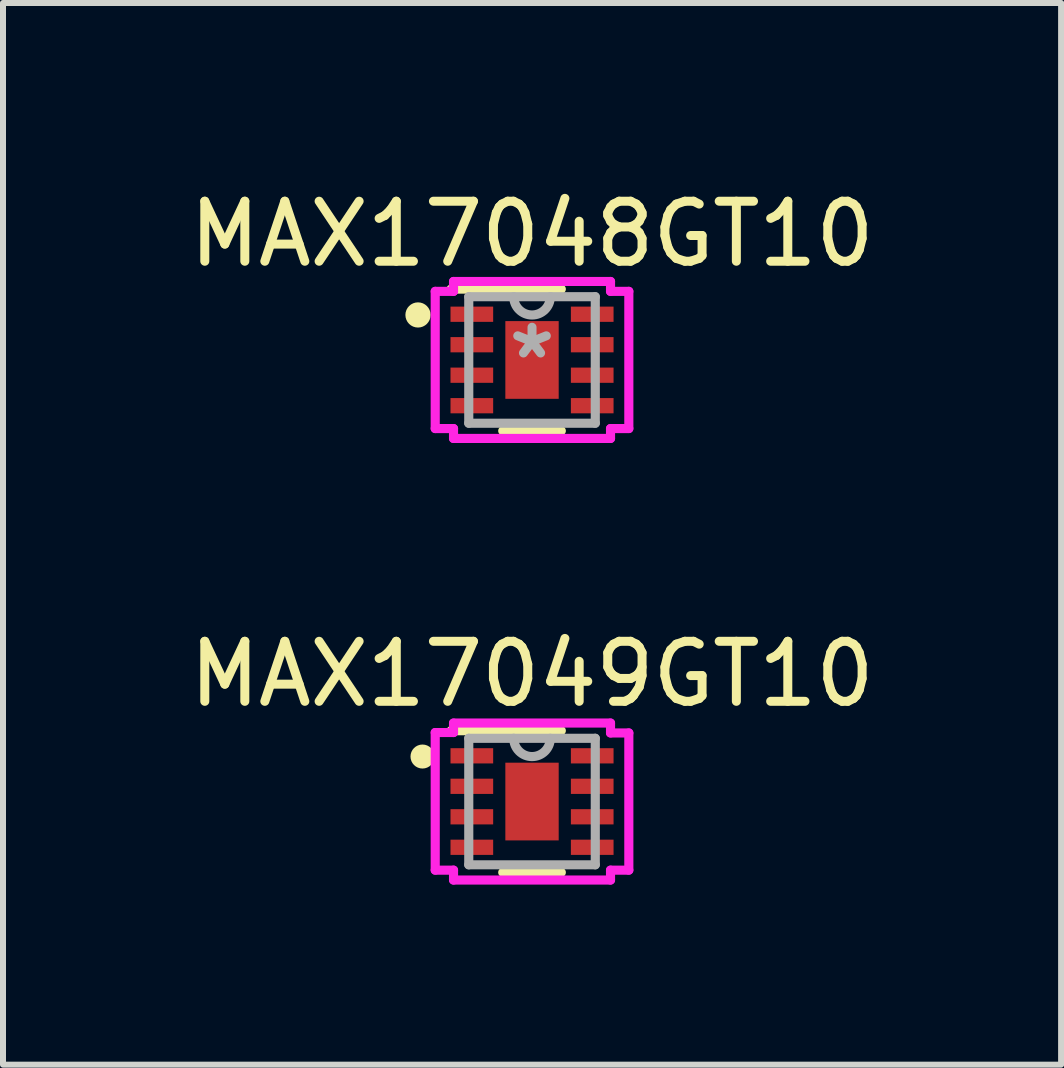
<source format=kicad_pcb>
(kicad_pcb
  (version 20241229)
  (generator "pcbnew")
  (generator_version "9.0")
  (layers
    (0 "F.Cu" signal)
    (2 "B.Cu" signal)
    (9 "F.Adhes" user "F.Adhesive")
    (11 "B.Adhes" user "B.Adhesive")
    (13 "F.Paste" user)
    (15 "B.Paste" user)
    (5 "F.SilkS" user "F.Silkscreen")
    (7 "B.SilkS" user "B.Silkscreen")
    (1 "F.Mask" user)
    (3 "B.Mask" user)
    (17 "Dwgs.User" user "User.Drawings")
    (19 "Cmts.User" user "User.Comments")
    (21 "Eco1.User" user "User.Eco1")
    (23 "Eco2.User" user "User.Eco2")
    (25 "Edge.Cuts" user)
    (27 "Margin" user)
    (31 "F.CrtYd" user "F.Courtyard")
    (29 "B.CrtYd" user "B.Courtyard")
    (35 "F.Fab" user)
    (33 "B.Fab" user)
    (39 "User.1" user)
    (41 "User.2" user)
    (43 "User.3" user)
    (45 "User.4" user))
  (footprint "MAX17048GT10"
    (layer "F.Cu")
    (at 5.815 2.948)
    (property "Reference" "MAX17048GT10" (at 0 -2.1 0) (layer "F.SilkS") (effects (font (size 1 1) (thickness 0.15))))
    (attr through_hole)
    (fp_line (start -0.488 1.181) (end 0.488 1.181) (stroke (width 0.152) (type solid)) (layer "F.SilkS"))
    (fp_line (start 0.488 -1.181) (end -1.35 -1.181) (stroke (width 0.152) (type solid)) (layer "F.SilkS"))
    (fp_circle (center -1.9 -0.75) (end -1.75 -0.75) (stroke (width 0.12) (type solid)) (fill yes) (layer "F.SilkS"))
    (fp_line (start -1.613 -1.143) (end -1.308 -1.143) (stroke (width 0.152) (type solid)) (layer "F.CrtYd"))
    (fp_line (start -1.613 1.143) (end -1.613 -1.143) (stroke (width 0.152) (type solid)) (layer "F.CrtYd"))
    (fp_line (start -1.308 -1.308) (end 1.308 -1.308) (stroke (width 0.152) (type solid)) (layer "F.CrtYd"))
    (fp_line (start -1.308 -1.143) (end -1.308 -1.308) (stroke (width 0.152) (type solid)) (layer "F.CrtYd"))
    (fp_line (start -1.308 1.143) (end -1.613 1.143) (stroke (width 0.152) (type solid)) (layer "F.CrtYd"))
    (fp_line (start -1.308 1.308) (end -1.308 1.143) (stroke (width 0.152) (type solid)) (layer "F.CrtYd"))
    (fp_line (start 1.308 -1.308) (end 1.308 -1.143) (stroke (width 0.152) (type solid)) (layer "F.CrtYd"))
    (fp_line (start 1.308 -1.143) (end 1.613 -1.143) (stroke (width 0.152) (type solid)) (layer "F.CrtYd"))
    (fp_line (start 1.308 1.143) (end 1.308 1.308) (stroke (width 0.152) (type solid)) (layer "F.CrtYd"))
    (fp_line (start 1.308 1.308) (end -1.308 1.308) (stroke (width 0.152) (type solid)) (layer "F.CrtYd"))
    (fp_line (start 1.613 -1.143) (end 1.613 1.143) (stroke (width 0.152) (type solid)) (layer "F.CrtYd"))
    (fp_line (start 1.613 1.143) (end 1.308 1.143) (stroke (width 0.152) (type solid)) (layer "F.CrtYd"))
    (fp_line (start -1.054 -1.054) (end -1.054 1.054) (stroke (width 0.152) (type solid)) (layer "F.Fab"))
    (fp_line (start -1.054 1.054) (end 1.054 1.054) (stroke (width 0.152) (type solid)) (layer "F.Fab"))
    (fp_line (start 1.054 -1.054) (end -1.054 -1.054) (stroke (width 0.152) (type solid)) (layer "F.Fab"))
    (fp_line (start 1.054 1.054) (end 1.054 -1.054) (stroke (width 0.152) (type solid)) (layer "F.Fab"))
    (fp_arc (start 0.3048 -1.0541) (mid 0 -0.7493) (end -0.3048 -1.0541) (stroke (width 0.1524) (type solid)) (layer "F.Fab"))
    (fp_text user "*" (at 0 0 0) (layer "F.Fab") (effects (font (size 1 1) (thickness 0.15))))
    (pad "1" smd rect (at -1.003 -0.762) (size 0.711 0.254) (layers "F.Cu" "F.Mask" "F.Paste"))
    (pad "2" smd rect (at -1.003 -0.254) (size 0.711 0.254) (layers "F.Cu" "F.Mask" "F.Paste"))
    (pad "3" smd rect (at -1.003 0.254) (size 0.711 0.254) (layers "F.Cu" "F.Mask" "F.Paste"))
    (pad "4" smd rect (at -1.003 0.762) (size 0.711 0.254) (layers "F.Cu" "F.Mask" "F.Paste"))
    (pad "5" smd rect (at 1.003 0.762) (size 0.711 0.254) (layers "F.Cu" "F.Mask" "F.Paste"))
    (pad "6" smd rect (at 1.003 0.254) (size 0.711 0.254) (layers "F.Cu" "F.Mask" "F.Paste"))
    (pad "7" smd rect (at 1.003 -0.254) (size 0.711 0.254) (layers "F.Cu" "F.Mask" "F.Paste"))
    (pad "8" smd rect (at 1.003 -0.762) (size 0.711 0.254) (layers "F.Cu" "F.Mask" "F.Paste"))
    (pad "9" smd rect (at 0 0) (size 0.889 1.295) (layers "F.Cu" "F.Mask" "F.Paste")))
  (footprint "MAX17049GT10"
    (layer "F.Cu")
    (at 5.815 10.306)
    (property "Reference" "MAX17049GT10" (at 0 -2.125 0) (layer "F.SilkS") (effects (font (size 1 1) (thickness 0.15))))
    (attr through_hole)
    (fp_line (start -0.488 1.181) (end 0.488 1.181) (stroke (width 0.152) (type solid)) (layer "F.SilkS"))
    (fp_line (start 0.488 -1.181) (end -1.35 -1.181) (stroke (width 0.152) (type solid)) (layer "F.SilkS"))
    (fp_circle (center -1.825 -0.75) (end -1.725 -0.75) (stroke (width 0.2) (type solid)) (fill no) (layer "F.SilkS"))
    (fp_line (start -1.613 -1.15) (end -1.308 -1.15) (stroke (width 0.152) (type solid)) (layer "F.CrtYd"))
    (fp_line (start -1.613 1.143) (end -1.613 -1.15) (stroke (width 0.152) (type solid)) (layer "F.CrtYd"))
    (fp_line (start -1.308 -1.308) (end 1.308 -1.308) (stroke (width 0.152) (type solid)) (layer "F.CrtYd"))
    (fp_line (start -1.308 -1.15) (end -1.308 -1.308) (stroke (width 0.152) (type solid)) (layer "F.CrtYd"))
    (fp_line (start -1.308 1.143) (end -1.613 1.143) (stroke (width 0.152) (type solid)) (layer "F.CrtYd"))
    (fp_line (start -1.308 1.308) (end -1.308 1.143) (stroke (width 0.152) (type solid)) (layer "F.CrtYd"))
    (fp_line (start 1.308 -1.308) (end 1.308 -1.143) (stroke (width 0.152) (type solid)) (layer "F.CrtYd"))
    (fp_line (start 1.308 -1.143) (end 1.613 -1.143) (stroke (width 0.152) (type solid)) (layer "F.CrtYd"))
    (fp_line (start 1.308 1.143) (end 1.308 1.308) (stroke (width 0.152) (type solid)) (layer "F.CrtYd"))
    (fp_line (start 1.308 1.308) (end -1.308 1.308) (stroke (width 0.152) (type solid)) (layer "F.CrtYd"))
    (fp_line (start 1.613 -1.143) (end 1.613 1.143) (stroke (width 0.152) (type solid)) (layer "F.CrtYd"))
    (fp_line (start 1.613 1.143) (end 1.308 1.143) (stroke (width 0.152) (type solid)) (layer "F.CrtYd"))
    (fp_line (start -1.054 -1.054) (end -1.054 1.054) (stroke (width 0.152) (type solid)) (layer "F.Fab"))
    (fp_line (start -1.054 1.054) (end 1.054 1.054) (stroke (width 0.152) (type solid)) (layer "F.Fab"))
    (fp_line (start 1.054 -1.054) (end -1.054 -1.054) (stroke (width 0.152) (type solid)) (layer "F.Fab"))
    (fp_line (start 1.054 1.054) (end 1.054 -1.054) (stroke (width 0.152) (type solid)) (layer "F.Fab"))
    (fp_arc (start 0.3048 -1.0541) (mid 0 -0.7493) (end -0.3048 -1.0541) (stroke (width 0.1524) (type solid)) (layer "F.Fab"))
    (pad "1" smd rect (at -1.003 -0.762) (size 0.711 0.254) (layers "F.Cu" "F.Mask" "F.Paste"))
    (pad "2" smd rect (at -1.003 -0.254) (size 0.711 0.254) (layers "F.Cu" "F.Mask" "F.Paste"))
    (pad "3" smd rect (at -1.003 0.254) (size 0.711 0.254) (layers "F.Cu" "F.Mask" "F.Paste"))
    (pad "4" smd rect (at -1.003 0.762) (size 0.711 0.254) (layers "F.Cu" "F.Mask" "F.Paste"))
    (pad "5" smd rect (at 1.003 0.762) (size 0.711 0.254) (layers "F.Cu" "F.Mask" "F.Paste"))
    (pad "6" smd rect (at 1.003 0.254) (size 0.711 0.254) (layers "F.Cu" "F.Mask" "F.Paste"))
    (pad "7" smd rect (at 1.003 -0.254) (size 0.711 0.254) (layers "F.Cu" "F.Mask" "F.Paste"))
    (pad "8" smd rect (at 1.003 -0.762) (size 0.711 0.254) (layers "F.Cu" "F.Mask" "F.Paste"))
    (pad "9" smd rect (at 0 0) (size 0.889 1.295) (layers "F.Cu" "F.Mask" "F.Paste")))
  (gr_rect
    (start -3 -3)
    (end 14.631 14.69)
    (stroke (width 0.1) (type default))
    (fill no)
    (layer "Edge.Cuts")))
</source>
